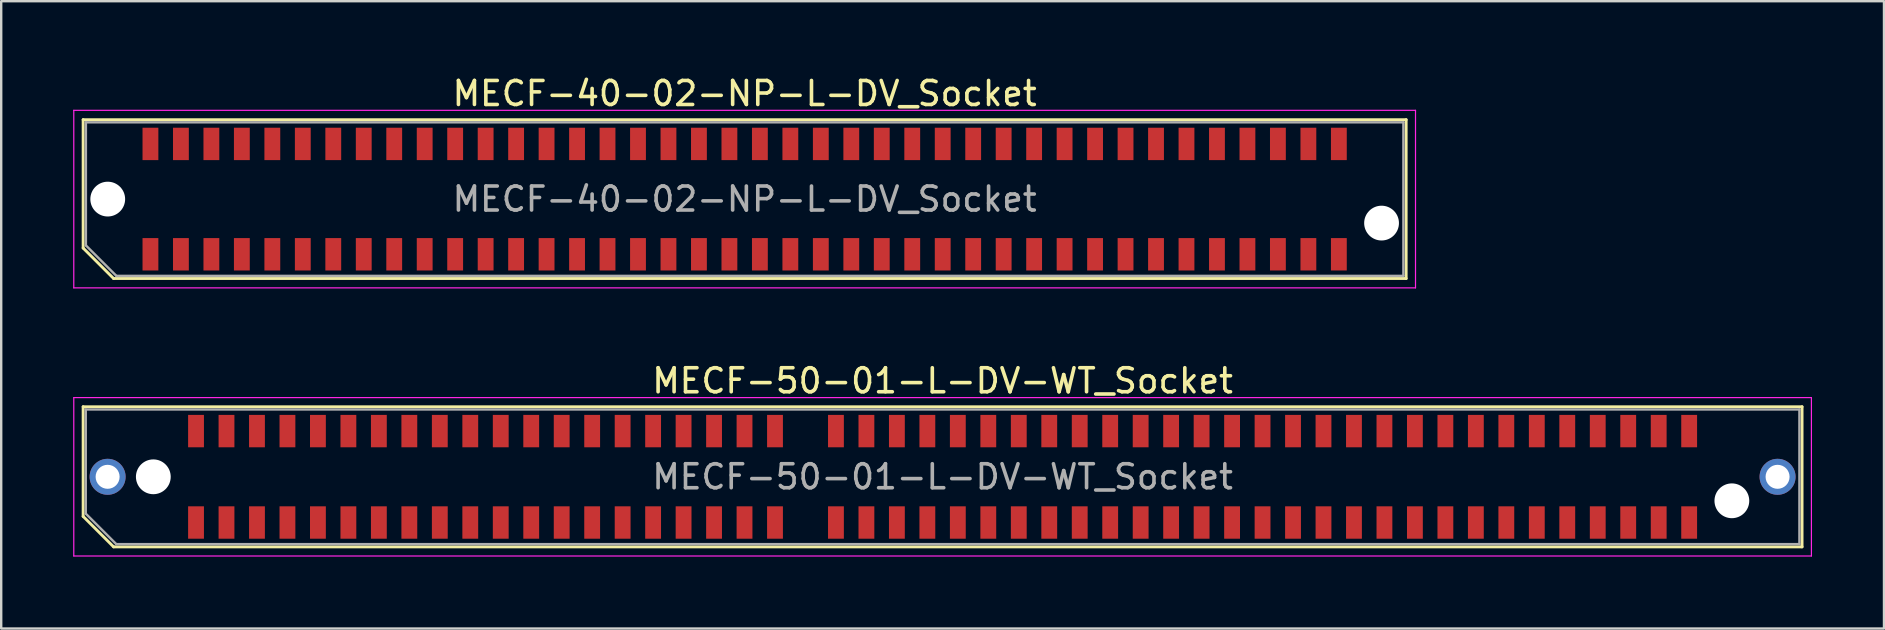
<source format=kicad_pcb>
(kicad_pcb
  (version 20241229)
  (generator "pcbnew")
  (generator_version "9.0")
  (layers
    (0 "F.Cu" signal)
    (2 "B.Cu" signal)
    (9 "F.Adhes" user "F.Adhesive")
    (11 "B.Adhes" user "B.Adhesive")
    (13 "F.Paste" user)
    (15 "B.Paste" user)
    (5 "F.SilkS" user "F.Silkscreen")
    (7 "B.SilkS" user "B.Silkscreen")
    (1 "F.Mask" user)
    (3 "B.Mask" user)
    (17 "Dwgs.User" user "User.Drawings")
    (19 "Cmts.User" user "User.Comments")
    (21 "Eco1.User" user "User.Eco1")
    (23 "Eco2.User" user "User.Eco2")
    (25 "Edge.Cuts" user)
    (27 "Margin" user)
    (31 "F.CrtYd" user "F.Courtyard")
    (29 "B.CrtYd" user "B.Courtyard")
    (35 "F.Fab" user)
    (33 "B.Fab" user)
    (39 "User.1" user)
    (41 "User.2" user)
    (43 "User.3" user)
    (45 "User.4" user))
  (footprint "MECF-40-02-NP-L-DV_Socket"
    (layer "F.Cu")
    (at 27.985 5.248)
    (property "Reference" "MECF-40-02-NP-L-DV_Socket" (at 0 -4.4 0) (layer "F.SilkS") (effects (font (size 1 1) (thickness 0.15))))
    (attr smd)
    (fp_line (start -27.57 -3.31) (end 27.57 -3.31) (stroke (width 0.12) (type solid)) (layer "F.SilkS"))
    (fp_line (start -27.57 2.04) (end -27.57 -3.31) (stroke (width 0.12) (type solid)) (layer "F.SilkS"))
    (fp_line (start -26.3 3.31) (end -27.57 2.04) (stroke (width 0.12) (type solid)) (layer "F.SilkS"))
    (fp_line (start -26.3 3.31) (end 27.57 3.31) (stroke (width 0.12) (type solid)) (layer "F.SilkS"))
    (fp_line (start 27.57 3.31) (end 27.57 -3.31) (stroke (width 0.12) (type solid)) (layer "F.SilkS"))
    (fp_line (start -27.96 -3.7) (end -27.96 3.7) (stroke (width 0.05) (type solid)) (layer "F.CrtYd"))
    (fp_line (start -27.96 3.7) (end 27.96 3.7) (stroke (width 0.05) (type solid)) (layer "F.CrtYd"))
    (fp_line (start 27.96 -3.7) (end -27.96 -3.7) (stroke (width 0.05) (type solid)) (layer "F.CrtYd"))
    (fp_line (start 27.96 3.7) (end 27.96 -3.7) (stroke (width 0.05) (type solid)) (layer "F.CrtYd"))
    (fp_line (start -27.455 -3.2) (end 27.455 -3.2) (stroke (width 0.1) (type solid)) (layer "F.Fab"))
    (fp_line (start -27.455 1.93) (end -27.455 -3.2) (stroke (width 0.1) (type solid)) (layer "F.Fab"))
    (fp_line (start -27.455 1.93) (end -26.185 3.2) (stroke (width 0.1) (type solid)) (layer "F.Fab"))
    (fp_line (start -26.185 3.2) (end 27.455 3.2) (stroke (width 0.1) (type solid)) (layer "F.Fab"))
    (fp_line (start 27.455 3.2) (end 27.455 -3.2) (stroke (width 0.1) (type solid)) (layer "F.Fab"))
    (fp_text user "${REFERENCE}" (at 0 0 0) (layer "F.Fab") (effects (font (size 1 1) (thickness 0.15))))
    (pad "" np_thru_hole circle (at -26.545 0) (size 1.45 1.45) (drill 1.45) (layers "*.Cu" "*.Mask"))
    (pad "" np_thru_hole circle (at 26.545 1) (size 1.45 1.45) (drill 1.45) (layers "*.Cu" "*.Mask"))
    (pad "1" smd rect (at -24.765 2.3) (size 0.66 1.35) (layers "F.Cu" "F.Mask" "F.Paste"))
    (pad "2" smd rect (at -24.765 -2.3) (size 0.66 1.35) (layers "F.Cu" "F.Mask" "F.Paste"))
    (pad "3" smd rect (at -23.495 2.3) (size 0.66 1.35) (layers "F.Cu" "F.Mask" "F.Paste"))
    (pad "4" smd rect (at -23.495 -2.3) (size 0.66 1.35) (layers "F.Cu" "F.Mask" "F.Paste"))
    (pad "5" smd rect (at -22.225 2.3) (size 0.66 1.35) (layers "F.Cu" "F.Mask" "F.Paste"))
    (pad "6" smd rect (at -22.225 -2.3) (size 0.66 1.35) (layers "F.Cu" "F.Mask" "F.Paste"))
    (pad "7" smd rect (at -20.955 2.3) (size 0.66 1.35) (layers "F.Cu" "F.Mask" "F.Paste"))
    (pad "8" smd rect (at -20.955 -2.3) (size 0.66 1.35) (layers "F.Cu" "F.Mask" "F.Paste"))
    (pad "9" smd rect (at -19.685 2.3) (size 0.66 1.35) (layers "F.Cu" "F.Mask" "F.Paste"))
    (pad "10" smd rect (at -19.685 -2.3) (size 0.66 1.35) (layers "F.Cu" "F.Mask" "F.Paste"))
    (pad "11" smd rect (at -18.415 2.3) (size 0.66 1.35) (layers "F.Cu" "F.Mask" "F.Paste"))
    (pad "12" smd rect (at -18.415 -2.3) (size 0.66 1.35) (layers "F.Cu" "F.Mask" "F.Paste"))
    (pad "13" smd rect (at -17.145 2.3) (size 0.66 1.35) (layers "F.Cu" "F.Mask" "F.Paste"))
    (pad "14" smd rect (at -17.145 -2.3) (size 0.66 1.35) (layers "F.Cu" "F.Mask" "F.Paste"))
    (pad "15" smd rect (at -15.875 2.3) (size 0.66 1.35) (layers "F.Cu" "F.Mask" "F.Paste"))
    (pad "16" smd rect (at -15.875 -2.3) (size 0.66 1.35) (layers "F.Cu" "F.Mask" "F.Paste"))
    (pad "17" smd rect (at -14.605 2.3) (size 0.66 1.35) (layers "F.Cu" "F.Mask" "F.Paste"))
    (pad "18" smd rect (at -14.605 -2.3) (size 0.66 1.35) (layers "F.Cu" "F.Mask" "F.Paste"))
    (pad "19" smd rect (at -13.335 2.3) (size 0.66 1.35) (layers "F.Cu" "F.Mask" "F.Paste"))
    (pad "20" smd rect (at -13.335 -2.3) (size 0.66 1.35) (layers "F.Cu" "F.Mask" "F.Paste"))
    (pad "21" smd rect (at -12.065 2.3) (size 0.66 1.35) (layers "F.Cu" "F.Mask" "F.Paste"))
    (pad "22" smd rect (at -12.065 -2.3) (size 0.66 1.35) (layers "F.Cu" "F.Mask" "F.Paste"))
    (pad "23" smd rect (at -10.795 2.3) (size 0.66 1.35) (layers "F.Cu" "F.Mask" "F.Paste"))
    (pad "24" smd rect (at -10.795 -2.3) (size 0.66 1.35) (layers "F.Cu" "F.Mask" "F.Paste"))
    (pad "25" smd rect (at -9.525 2.3) (size 0.66 1.35) (layers "F.Cu" "F.Mask" "F.Paste"))
    (pad "26" smd rect (at -9.525 -2.3) (size 0.66 1.35) (layers "F.Cu" "F.Mask" "F.Paste"))
    (pad "27" smd rect (at -8.255 2.3) (size 0.66 1.35) (layers "F.Cu" "F.Mask" "F.Paste"))
    (pad "28" smd rect (at -8.255 -2.3) (size 0.66 1.35) (layers "F.Cu" "F.Mask" "F.Paste"))
    (pad "29" smd rect (at -6.985 2.3) (size 0.66 1.35) (layers "F.Cu" "F.Mask" "F.Paste"))
    (pad "30" smd rect (at -6.985 -2.3) (size 0.66 1.35) (layers "F.Cu" "F.Mask" "F.Paste"))
    (pad "31" smd rect (at -5.715 2.3) (size 0.66 1.35) (layers "F.Cu" "F.Mask" "F.Paste"))
    (pad "32" smd rect (at -5.715 -2.3) (size 0.66 1.35) (layers "F.Cu" "F.Mask" "F.Paste"))
    (pad "33" smd rect (at -4.445 2.3) (size 0.66 1.35) (layers "F.Cu" "F.Mask" "F.Paste"))
    (pad "34" smd rect (at -4.445 -2.3) (size 0.66 1.35) (layers "F.Cu" "F.Mask" "F.Paste"))
    (pad "35" smd rect (at -3.175 2.3) (size 0.66 1.35) (layers "F.Cu" "F.Mask" "F.Paste"))
    (pad "36" smd rect (at -3.175 -2.3) (size 0.66 1.35) (layers "F.Cu" "F.Mask" "F.Paste"))
    (pad "37" smd rect (at -1.905 2.3) (size 0.66 1.35) (layers "F.Cu" "F.Mask" "F.Paste"))
    (pad "38" smd rect (at -1.905 -2.3) (size 0.66 1.35) (layers "F.Cu" "F.Mask" "F.Paste"))
    (pad "39" smd rect (at -0.635 2.3) (size 0.66 1.35) (layers "F.Cu" "F.Mask" "F.Paste"))
    (pad "40" smd rect (at -0.635 -2.3) (size 0.66 1.35) (layers "F.Cu" "F.Mask" "F.Paste"))
    (pad "41" smd rect (at 0.635 2.3) (size 0.66 1.35) (layers "F.Cu" "F.Mask" "F.Paste"))
    (pad "42" smd rect (at 0.635 -2.3) (size 0.66 1.35) (layers "F.Cu" "F.Mask" "F.Paste"))
    (pad "43" smd rect (at 1.905 2.3) (size 0.66 1.35) (layers "F.Cu" "F.Mask" "F.Paste"))
    (pad "44" smd rect (at 1.905 -2.3) (size 0.66 1.35) (layers "F.Cu" "F.Mask" "F.Paste"))
    (pad "45" smd rect (at 3.175 2.3) (size 0.66 1.35) (layers "F.Cu" "F.Mask" "F.Paste"))
    (pad "46" smd rect (at 3.175 -2.3) (size 0.66 1.35) (layers "F.Cu" "F.Mask" "F.Paste"))
    (pad "47" smd rect (at 4.445 2.3) (size 0.66 1.35) (layers "F.Cu" "F.Mask" "F.Paste"))
    (pad "48" smd rect (at 4.445 -2.3) (size 0.66 1.35) (layers "F.Cu" "F.Mask" "F.Paste"))
    (pad "49" smd rect (at 5.715 2.3) (size 0.66 1.35) (layers "F.Cu" "F.Mask" "F.Paste"))
    (pad "50" smd rect (at 5.715 -2.3) (size 0.66 1.35) (layers "F.Cu" "F.Mask" "F.Paste"))
    (pad "51" smd rect (at 6.985 2.3) (size 0.66 1.35) (layers "F.Cu" "F.Mask" "F.Paste"))
    (pad "52" smd rect (at 6.985 -2.3) (size 0.66 1.35) (layers "F.Cu" "F.Mask" "F.Paste"))
    (pad "53" smd rect (at 8.255 2.3) (size 0.66 1.35) (layers "F.Cu" "F.Mask" "F.Paste"))
    (pad "54" smd rect (at 8.255 -2.3) (size 0.66 1.35) (layers "F.Cu" "F.Mask" "F.Paste"))
    (pad "55" smd rect (at 9.525 2.3) (size 0.66 1.35) (layers "F.Cu" "F.Mask" "F.Paste"))
    (pad "56" smd rect (at 9.525 -2.3) (size 0.66 1.35) (layers "F.Cu" "F.Mask" "F.Paste"))
    (pad "57" smd rect (at 10.795 2.3) (size 0.66 1.35) (layers "F.Cu" "F.Mask" "F.Paste"))
    (pad "58" smd rect (at 10.795 -2.3) (size 0.66 1.35) (layers "F.Cu" "F.Mask" "F.Paste"))
    (pad "59" smd rect (at 12.065 2.3) (size 0.66 1.35) (layers "F.Cu" "F.Mask" "F.Paste"))
    (pad "60" smd rect (at 12.065 -2.3) (size 0.66 1.35) (layers "F.Cu" "F.Mask" "F.Paste"))
    (pad "61" smd rect (at 13.335 2.3) (size 0.66 1.35) (layers "F.Cu" "F.Mask" "F.Paste"))
    (pad "62" smd rect (at 13.335 -2.3) (size 0.66 1.35) (layers "F.Cu" "F.Mask" "F.Paste"))
    (pad "63" smd rect (at 14.605 2.3) (size 0.66 1.35) (layers "F.Cu" "F.Mask" "F.Paste"))
    (pad "64" smd rect (at 14.605 -2.3) (size 0.66 1.35) (layers "F.Cu" "F.Mask" "F.Paste"))
    (pad "65" smd rect (at 15.875 2.3) (size 0.66 1.35) (layers "F.Cu" "F.Mask" "F.Paste"))
    (pad "66" smd rect (at 15.875 -2.3) (size 0.66 1.35) (layers "F.Cu" "F.Mask" "F.Paste"))
    (pad "67" smd rect (at 17.145 2.3) (size 0.66 1.35) (layers "F.Cu" "F.Mask" "F.Paste"))
    (pad "68" smd rect (at 17.145 -2.3) (size 0.66 1.35) (layers "F.Cu" "F.Mask" "F.Paste"))
    (pad "69" smd rect (at 18.415 2.3) (size 0.66 1.35) (layers "F.Cu" "F.Mask" "F.Paste"))
    (pad "70" smd rect (at 18.415 -2.3) (size 0.66 1.35) (layers "F.Cu" "F.Mask" "F.Paste"))
    (pad "71" smd rect (at 19.685 2.3) (size 0.66 1.35) (layers "F.Cu" "F.Mask" "F.Paste"))
    (pad "72" smd rect (at 19.685 -2.3) (size 0.66 1.35) (layers "F.Cu" "F.Mask" "F.Paste"))
    (pad "73" smd rect (at 20.955 2.3) (size 0.66 1.35) (layers "F.Cu" "F.Mask" "F.Paste"))
    (pad "74" smd rect (at 20.955 -2.3) (size 0.66 1.35) (layers "F.Cu" "F.Mask" "F.Paste"))
    (pad "75" smd rect (at 22.225 2.3) (size 0.66 1.35) (layers "F.Cu" "F.Mask" "F.Paste"))
    (pad "76" smd rect (at 22.225 -2.3) (size 0.66 1.35) (layers "F.Cu" "F.Mask" "F.Paste"))
    (pad "77" smd rect (at 23.495 2.3) (size 0.66 1.35) (layers "F.Cu" "F.Mask" "F.Paste"))
    (pad "78" smd rect (at 23.495 -2.3) (size 0.66 1.35) (layers "F.Cu" "F.Mask" "F.Paste"))
    (pad "79" smd rect (at 24.765 2.3) (size 0.66 1.35) (layers "F.Cu" "F.Mask" "F.Paste"))
    (pad "80" smd rect (at 24.765 -2.3) (size 0.66 1.35) (layers "F.Cu" "F.Mask" "F.Paste")))
  (footprint "MECF-50-01-L-DV-WT_Socket"
    (layer "F.Cu")
    (at 36.235 16.822)
    (property "Reference" "MECF-50-01-L-DV-WT_Socket" (at 0 -4 0) (layer "F.SilkS") (effects (font (size 1 1) (thickness 0.15))))
    (attr smd)
    (fp_line (start -35.82 -2.92) (end 35.82 -2.92) (stroke (width 0.12) (type solid)) (layer "F.SilkS"))
    (fp_line (start -35.82 1.65) (end -35.82 -2.92) (stroke (width 0.12) (type solid)) (layer "F.SilkS"))
    (fp_line (start -34.55 2.92) (end -35.82 1.65) (stroke (width 0.12) (type solid)) (layer "F.SilkS"))
    (fp_line (start -34.55 2.92) (end 35.82 2.92) (stroke (width 0.12) (type solid)) (layer "F.SilkS"))
    (fp_line (start 35.82 2.92) (end 35.82 -2.92) (stroke (width 0.12) (type solid)) (layer "F.SilkS"))
    (fp_line (start -36.21 -3.3) (end -36.21 3.3) (stroke (width 0.05) (type solid)) (layer "F.CrtYd"))
    (fp_line (start -36.21 3.3) (end 36.21 3.3) (stroke (width 0.05) (type solid)) (layer "F.CrtYd"))
    (fp_line (start 36.21 -3.3) (end -36.21 -3.3) (stroke (width 0.05) (type solid)) (layer "F.CrtYd"))
    (fp_line (start 36.21 3.3) (end 36.21 -3.3) (stroke (width 0.05) (type solid)) (layer "F.CrtYd"))
    (fp_line (start -35.71 -2.805) (end 35.71 -2.805) (stroke (width 0.1) (type solid)) (layer "F.Fab"))
    (fp_line (start -35.71 1.535) (end -35.71 -2.805) (stroke (width 0.1) (type solid)) (layer "F.Fab"))
    (fp_line (start -35.71 1.535) (end -34.44 2.805) (stroke (width 0.1) (type solid)) (layer "F.Fab"))
    (fp_line (start -34.44 2.805) (end 35.71 2.805) (stroke (width 0.1) (type solid)) (layer "F.Fab"))
    (fp_line (start 35.71 2.805) (end 35.71 -2.805) (stroke (width 0.1) (type solid)) (layer "F.Fab"))
    (fp_text user "${REFERENCE}" (at 0 0 0) (layer "F.Fab") (effects (font (size 1 1) (thickness 0.15))))
    (pad "" thru_hole circle (at -34.8 0) (size 1.5 1.5) (drill 1) (layers "*.Cu" "*.Mask"))
    (pad "" np_thru_hole circle (at -32.895 0) (size 1.45 1.45) (drill 1.45) (layers "*.Cu" "*.Mask"))
    (pad "" np_thru_hole circle (at 32.895 1) (size 1.45 1.45) (drill 1.45) (layers "*.Cu" "*.Mask"))
    (pad "" thru_hole circle (at 34.8 0) (size 1.5 1.5) (drill 1) (layers "*.Cu" "*.Mask"))
    (pad "1" smd rect (at -31.115 1.905) (size 0.66 1.35) (layers "F.Cu" "F.Mask" "F.Paste"))
    (pad "2" smd rect (at -31.115 -1.905) (size 0.66 1.35) (layers "F.Cu" "F.Mask" "F.Paste"))
    (pad "3" smd rect (at -29.845 1.905) (size 0.66 1.35) (layers "F.Cu" "F.Mask" "F.Paste"))
    (pad "4" smd rect (at -29.845 -1.905) (size 0.66 1.35) (layers "F.Cu" "F.Mask" "F.Paste"))
    (pad "5" smd rect (at -28.575 1.905) (size 0.66 1.35) (layers "F.Cu" "F.Mask" "F.Paste"))
    (pad "6" smd rect (at -28.575 -1.905) (size 0.66 1.35) (layers "F.Cu" "F.Mask" "F.Paste"))
    (pad "7" smd rect (at -27.305 1.905) (size 0.66 1.35) (layers "F.Cu" "F.Mask" "F.Paste"))
    (pad "8" smd rect (at -27.305 -1.905) (size 0.66 1.35) (layers "F.Cu" "F.Mask" "F.Paste"))
    (pad "9" smd rect (at -26.035 1.905) (size 0.66 1.35) (layers "F.Cu" "F.Mask" "F.Paste"))
    (pad "10" smd rect (at -26.035 -1.905) (size 0.66 1.35) (layers "F.Cu" "F.Mask" "F.Paste"))
    (pad "11" smd rect (at -24.765 1.905) (size 0.66 1.35) (layers "F.Cu" "F.Mask" "F.Paste"))
    (pad "12" smd rect (at -24.765 -1.905) (size 0.66 1.35) (layers "F.Cu" "F.Mask" "F.Paste"))
    (pad "13" smd rect (at -23.495 1.905) (size 0.66 1.35) (layers "F.Cu" "F.Mask" "F.Paste"))
    (pad "14" smd rect (at -23.495 -1.905) (size 0.66 1.35) (layers "F.Cu" "F.Mask" "F.Paste"))
    (pad "15" smd rect (at -22.225 1.905) (size 0.66 1.35) (layers "F.Cu" "F.Mask" "F.Paste"))
    (pad "16" smd rect (at -22.225 -1.905) (size 0.66 1.35) (layers "F.Cu" "F.Mask" "F.Paste"))
    (pad "17" smd rect (at -20.955 1.905) (size 0.66 1.35) (layers "F.Cu" "F.Mask" "F.Paste"))
    (pad "18" smd rect (at -20.955 -1.905) (size 0.66 1.35) (layers "F.Cu" "F.Mask" "F.Paste"))
    (pad "19" smd rect (at -19.685 1.905) (size 0.66 1.35) (layers "F.Cu" "F.Mask" "F.Paste"))
    (pad "20" smd rect (at -19.685 -1.905) (size 0.66 1.35) (layers "F.Cu" "F.Mask" "F.Paste"))
    (pad "21" smd rect (at -18.415 1.905) (size 0.66 1.35) (layers "F.Cu" "F.Mask" "F.Paste"))
    (pad "22" smd rect (at -18.415 -1.905) (size 0.66 1.35) (layers "F.Cu" "F.Mask" "F.Paste"))
    (pad "23" smd rect (at -17.145 1.905) (size 0.66 1.35) (layers "F.Cu" "F.Mask" "F.Paste"))
    (pad "24" smd rect (at -17.145 -1.905) (size 0.66 1.35) (layers "F.Cu" "F.Mask" "F.Paste"))
    (pad "25" smd rect (at -15.875 1.905) (size 0.66 1.35) (layers "F.Cu" "F.Mask" "F.Paste"))
    (pad "26" smd rect (at -15.875 -1.905) (size 0.66 1.35) (layers "F.Cu" "F.Mask" "F.Paste"))
    (pad "27" smd rect (at -14.605 1.905) (size 0.66 1.35) (layers "F.Cu" "F.Mask" "F.Paste"))
    (pad "28" smd rect (at -14.605 -1.905) (size 0.66 1.35) (layers "F.Cu" "F.Mask" "F.Paste"))
    (pad "29" smd rect (at -13.335 1.905) (size 0.66 1.35) (layers "F.Cu" "F.Mask" "F.Paste"))
    (pad "30" smd rect (at -13.335 -1.905) (size 0.66 1.35) (layers "F.Cu" "F.Mask" "F.Paste"))
    (pad "31" smd rect (at -12.065 1.905) (size 0.66 1.35) (layers "F.Cu" "F.Mask" "F.Paste"))
    (pad "32" smd rect (at -12.065 -1.905) (size 0.66 1.35) (layers "F.Cu" "F.Mask" "F.Paste"))
    (pad "33" smd rect (at -10.795 1.905) (size 0.66 1.35) (layers "F.Cu" "F.Mask" "F.Paste"))
    (pad "34" smd rect (at -10.795 -1.905) (size 0.66 1.35) (layers "F.Cu" "F.Mask" "F.Paste"))
    (pad "35" smd rect (at -9.525 1.905) (size 0.66 1.35) (layers "F.Cu" "F.Mask" "F.Paste"))
    (pad "36" smd rect (at -9.525 -1.905) (size 0.66 1.35) (layers "F.Cu" "F.Mask" "F.Paste"))
    (pad "37" smd rect (at -8.255 1.905) (size 0.66 1.35) (layers "F.Cu" "F.Mask" "F.Paste"))
    (pad "38" smd rect (at -8.255 -1.905) (size 0.66 1.35) (layers "F.Cu" "F.Mask" "F.Paste"))
    (pad "39" smd rect (at -6.985 1.905) (size 0.66 1.35) (layers "F.Cu" "F.Mask" "F.Paste"))
    (pad "40" smd rect (at -6.985 -1.905) (size 0.66 1.35) (layers "F.Cu" "F.Mask" "F.Paste"))
    (pad "43" smd rect (at -4.445 1.905) (size 0.66 1.35) (layers "F.Cu" "F.Mask" "F.Paste"))
    (pad "44" smd rect (at -4.445 -1.905) (size 0.66 1.35) (layers "F.Cu" "F.Mask" "F.Paste"))
    (pad "45" smd rect (at -3.175 1.905) (size 0.66 1.35) (layers "F.Cu" "F.Mask" "F.Paste"))
    (pad "46" smd rect (at -3.175 -1.905) (size 0.66 1.35) (layers "F.Cu" "F.Mask" "F.Paste"))
    (pad "47" smd rect (at -1.905 1.905) (size 0.66 1.35) (layers "F.Cu" "F.Mask" "F.Paste"))
    (pad "48" smd rect (at -1.905 -1.905) (size 0.66 1.35) (layers "F.Cu" "F.Mask" "F.Paste"))
    (pad "49" smd rect (at -0.635 1.905) (size 0.66 1.35) (layers "F.Cu" "F.Mask" "F.Paste"))
    (pad "50" smd rect (at -0.635 -1.905) (size 0.66 1.35) (layers "F.Cu" "F.Mask" "F.Paste"))
    (pad "51" smd rect (at 0.635 1.905) (size 0.66 1.35) (layers "F.Cu" "F.Mask" "F.Paste"))
    (pad "52" smd rect (at 0.635 -1.905) (size 0.66 1.35) (layers "F.Cu" "F.Mask" "F.Paste"))
    (pad "53" smd rect (at 1.905 1.905) (size 0.66 1.35) (layers "F.Cu" "F.Mask" "F.Paste"))
    (pad "54" smd rect (at 1.905 -1.905) (size 0.66 1.35) (layers "F.Cu" "F.Mask" "F.Paste"))
    (pad "55" smd rect (at 3.175 1.905) (size 0.66 1.35) (layers "F.Cu" "F.Mask" "F.Paste"))
    (pad "56" smd rect (at 3.175 -1.905) (size 0.66 1.35) (layers "F.Cu" "F.Mask" "F.Paste"))
    (pad "57" smd rect (at 4.445 1.905) (size 0.66 1.35) (layers "F.Cu" "F.Mask" "F.Paste"))
    (pad "58" smd rect (at 4.445 -1.905) (size 0.66 1.35) (layers "F.Cu" "F.Mask" "F.Paste"))
    (pad "59" smd rect (at 5.715 1.905) (size 0.66 1.35) (layers "F.Cu" "F.Mask" "F.Paste"))
    (pad "60" smd rect (at 5.715 -1.905) (size 0.66 1.35) (layers "F.Cu" "F.Mask" "F.Paste"))
    (pad "61" smd rect (at 6.985 1.905) (size 0.66 1.35) (layers "F.Cu" "F.Mask" "F.Paste"))
    (pad "62" smd rect (at 6.985 -1.905) (size 0.66 1.35) (layers "F.Cu" "F.Mask" "F.Paste"))
    (pad "63" smd rect (at 8.255 1.905) (size 0.66 1.35) (layers "F.Cu" "F.Mask" "F.Paste"))
    (pad "64" smd rect (at 8.255 -1.905) (size 0.66 1.35) (layers "F.Cu" "F.Mask" "F.Paste"))
    (pad "65" smd rect (at 9.525 1.905) (size 0.66 1.35) (layers "F.Cu" "F.Mask" "F.Paste"))
    (pad "66" smd rect (at 9.525 -1.905) (size 0.66 1.35) (layers "F.Cu" "F.Mask" "F.Paste"))
    (pad "67" smd rect (at 10.795 1.905) (size 0.66 1.35) (layers "F.Cu" "F.Mask" "F.Paste"))
    (pad "68" smd rect (at 10.795 -1.905) (size 0.66 1.35) (layers "F.Cu" "F.Mask" "F.Paste"))
    (pad "69" smd rect (at 12.065 1.905) (size 0.66 1.35) (layers "F.Cu" "F.Mask" "F.Paste"))
    (pad "70" smd rect (at 12.065 -1.905) (size 0.66 1.35) (layers "F.Cu" "F.Mask" "F.Paste"))
    (pad "71" smd rect (at 13.335 1.905) (size 0.66 1.35) (layers "F.Cu" "F.Mask" "F.Paste"))
    (pad "72" smd rect (at 13.335 -1.905) (size 0.66 1.35) (layers "F.Cu" "F.Mask" "F.Paste"))
    (pad "73" smd rect (at 14.605 1.905) (size 0.66 1.35) (layers "F.Cu" "F.Mask" "F.Paste"))
    (pad "74" smd rect (at 14.605 -1.905) (size 0.66 1.35) (layers "F.Cu" "F.Mask" "F.Paste"))
    (pad "75" smd rect (at 15.875 1.905) (size 0.66 1.35) (layers "F.Cu" "F.Mask" "F.Paste"))
    (pad "76" smd rect (at 15.875 -1.905) (size 0.66 1.35) (layers "F.Cu" "F.Mask" "F.Paste"))
    (pad "77" smd rect (at 17.145 1.905) (size 0.66 1.35) (layers "F.Cu" "F.Mask" "F.Paste"))
    (pad "78" smd rect (at 17.145 -1.905) (size 0.66 1.35) (layers "F.Cu" "F.Mask" "F.Paste"))
    (pad "79" smd rect (at 18.415 1.905) (size 0.66 1.35) (layers "F.Cu" "F.Mask" "F.Paste"))
    (pad "80" smd rect (at 18.415 -1.905) (size 0.66 1.35) (layers "F.Cu" "F.Mask" "F.Paste"))
    (pad "81" smd rect (at 19.685 1.905) (size 0.66 1.35) (layers "F.Cu" "F.Mask" "F.Paste"))
    (pad "82" smd rect (at 19.685 -1.905) (size 0.66 1.35) (layers "F.Cu" "F.Mask" "F.Paste"))
    (pad "83" smd rect (at 20.955 1.905) (size 0.66 1.35) (layers "F.Cu" "F.Mask" "F.Paste"))
    (pad "84" smd rect (at 20.955 -1.905) (size 0.66 1.35) (layers "F.Cu" "F.Mask" "F.Paste"))
    (pad "85" smd rect (at 22.225 1.905) (size 0.66 1.35) (layers "F.Cu" "F.Mask" "F.Paste"))
    (pad "86" smd rect (at 22.225 -1.905) (size 0.66 1.35) (layers "F.Cu" "F.Mask" "F.Paste"))
    (pad "87" smd rect (at 23.495 1.905) (size 0.66 1.35) (layers "F.Cu" "F.Mask" "F.Paste"))
    (pad "88" smd rect (at 23.495 -1.905) (size 0.66 1.35) (layers "F.Cu" "F.Mask" "F.Paste"))
    (pad "89" smd rect (at 24.765 1.905) (size 0.66 1.35) (layers "F.Cu" "F.Mask" "F.Paste"))
    (pad "90" smd rect (at 24.765 -1.905) (size 0.66 1.35) (layers "F.Cu" "F.Mask" "F.Paste"))
    (pad "91" smd rect (at 26.035 1.905) (size 0.66 1.35) (layers "F.Cu" "F.Mask" "F.Paste"))
    (pad "92" smd rect (at 26.035 -1.905) (size 0.66 1.35) (layers "F.Cu" "F.Mask" "F.Paste"))
    (pad "93" smd rect (at 27.305 1.905) (size 0.66 1.35) (layers "F.Cu" "F.Mask" "F.Paste"))
    (pad "94" smd rect (at 27.305 -1.905) (size 0.66 1.35) (layers "F.Cu" "F.Mask" "F.Paste"))
    (pad "95" smd rect (at 28.575 1.905) (size 0.66 1.35) (layers "F.Cu" "F.Mask" "F.Paste"))
    (pad "96" smd rect (at 28.575 -1.905) (size 0.66 1.35) (layers "F.Cu" "F.Mask" "F.Paste"))
    (pad "97" smd rect (at 29.845 1.905) (size 0.66 1.35) (layers "F.Cu" "F.Mask" "F.Paste"))
    (pad "98" smd rect (at 29.845 -1.905) (size 0.66 1.35) (layers "F.Cu" "F.Mask" "F.Paste"))
    (pad "99" smd rect (at 31.115 1.905) (size 0.66 1.35) (layers "F.Cu" "F.Mask" "F.Paste"))
    (pad "100" smd rect (at 31.115 -1.905) (size 0.66 1.35) (layers "F.Cu" "F.Mask" "F.Paste")))
  (gr_rect
    (start -3 -3)
    (end 75.47 23.146)
    (stroke (width 0.1) (type default))
    (fill no)
    (layer "Edge.Cuts")))
</source>
